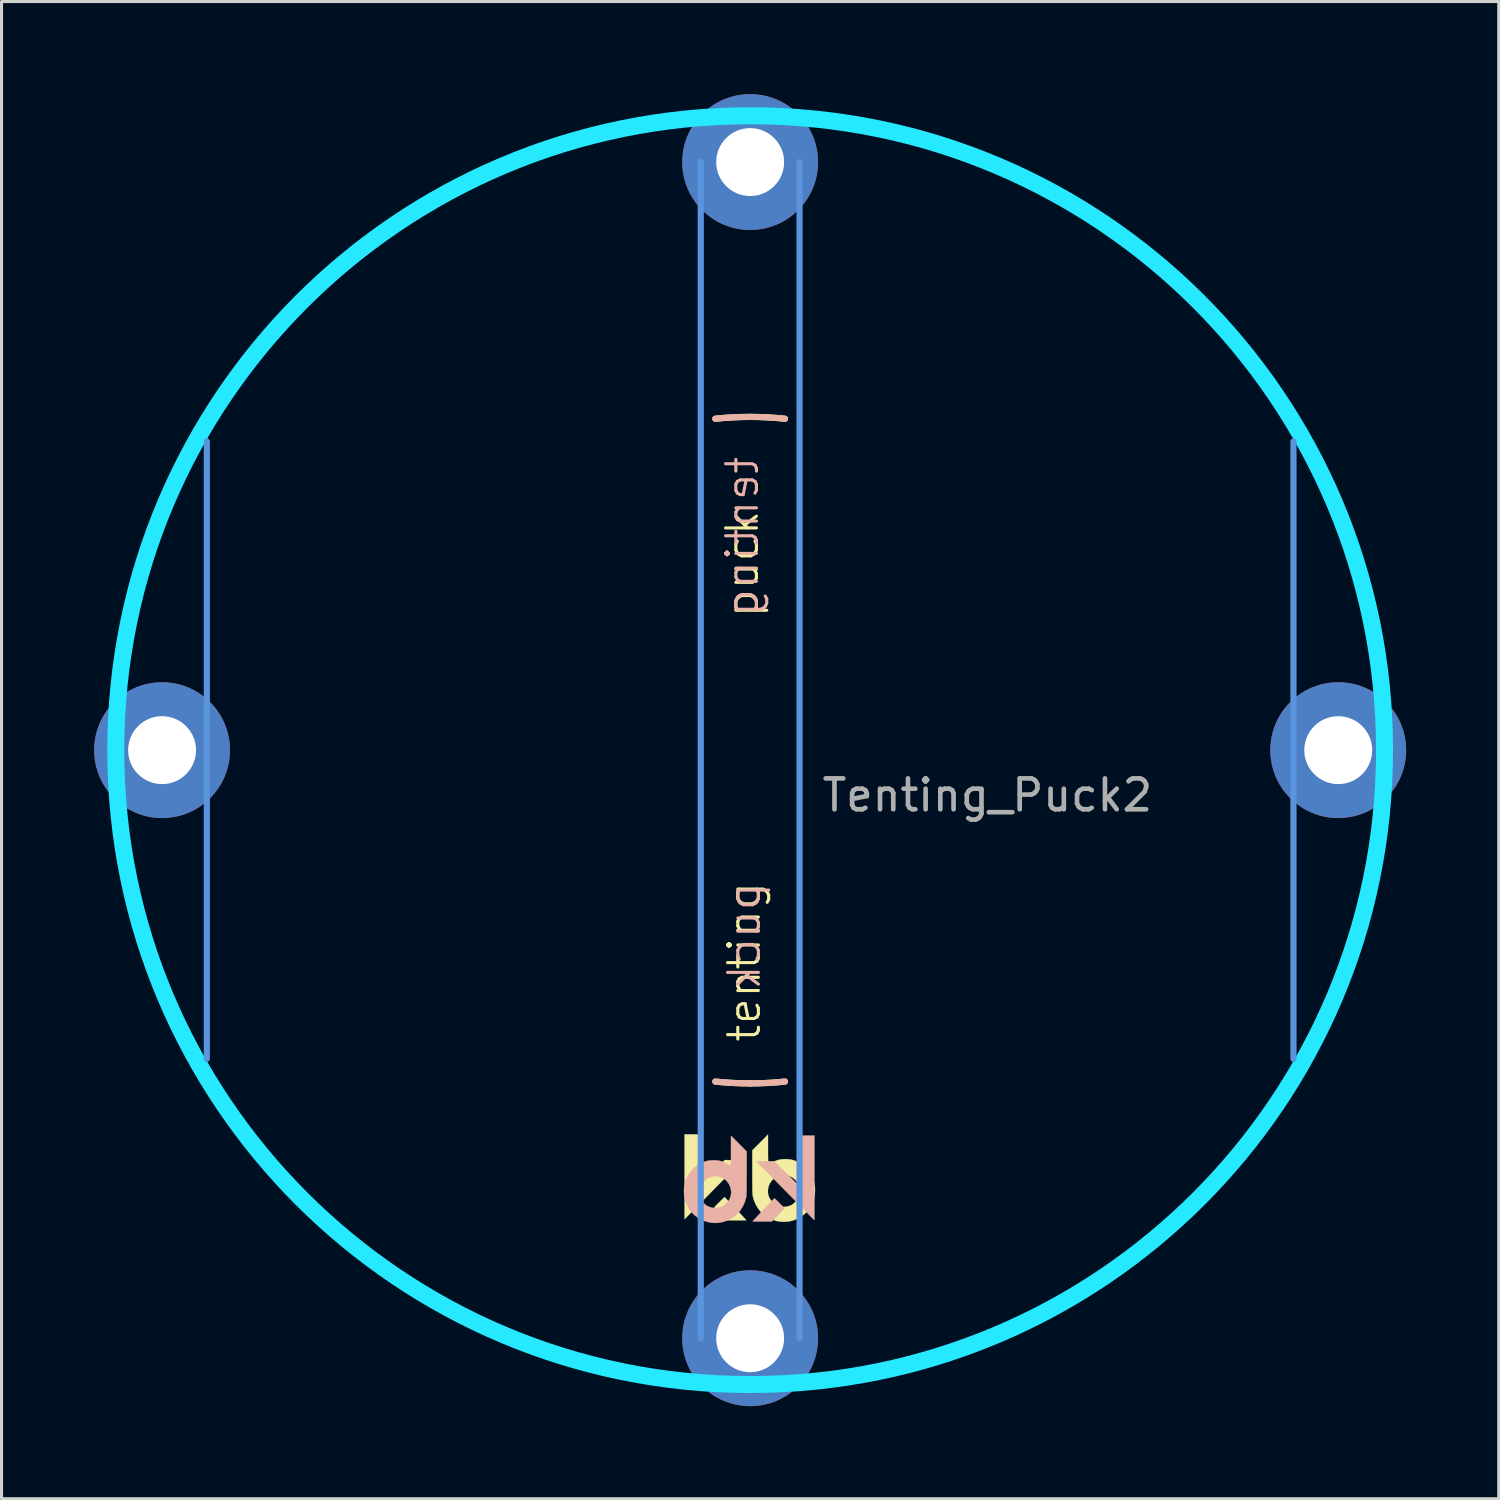
<source format=kicad_pcb>
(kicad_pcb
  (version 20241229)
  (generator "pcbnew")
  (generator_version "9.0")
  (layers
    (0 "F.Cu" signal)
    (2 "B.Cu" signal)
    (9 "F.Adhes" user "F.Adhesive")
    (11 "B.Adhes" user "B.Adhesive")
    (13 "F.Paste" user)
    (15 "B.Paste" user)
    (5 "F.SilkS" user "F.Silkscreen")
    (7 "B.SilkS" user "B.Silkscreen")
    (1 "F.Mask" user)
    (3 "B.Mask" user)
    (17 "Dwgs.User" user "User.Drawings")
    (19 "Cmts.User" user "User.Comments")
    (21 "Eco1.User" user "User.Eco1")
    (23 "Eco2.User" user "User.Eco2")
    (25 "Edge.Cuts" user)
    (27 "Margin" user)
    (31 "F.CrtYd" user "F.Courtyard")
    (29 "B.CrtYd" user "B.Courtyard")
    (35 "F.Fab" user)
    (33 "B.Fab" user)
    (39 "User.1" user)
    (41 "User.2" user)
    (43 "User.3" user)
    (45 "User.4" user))
  (footprint "Tenting_Puck2"
    (layer "F.Cu")
    (at 21.25 21.25)
    (property "Reference" "Tenting_Puck2" (at 7.684 1.46 0) (layer "F.Fab") (effects (font (size 1 1) (thickness 0.15))))
    (attr through_hole exclude_from_pos_files exclude_from_bom allow_missing_courtyard)
    (fp_arc (start -20.32 -2.8575) (mid -19.91151 -4.959786) (end -19.286134 -7.008048) (stroke (width 0.2) (type solid)) (layer "F.SilkS"))
    (fp_arc (start -19.286134 7.008047) (mid -19.91151 4.959786) (end -20.32 2.8575) (stroke (width 0.2) (type solid)) (layer "F.SilkS"))
    (fp_arc (start -7.008048 -19.286134) (mid -4.959786 -19.91151) (end -2.8575 -20.32) (stroke (width 0.2) (type solid)) (layer "F.SilkS"))
    (fp_arc (start -2.8575 20.32) (mid -4.959785 19.91151) (end -7.008046 19.286135) (stroke (width 0.2) (type solid)) (layer "F.SilkS"))
    (fp_arc (start -1.128385 -10.735864) (mid -0.564967 -10.780206) (end 0 -10.795) (stroke (width 0.2) (type solid)) (layer "F.SilkS"))
    (fp_arc (start 0 -10.795) (mid 0.564967 -10.780206) (end 1.128385 -10.735864) (stroke (width 0.2) (type solid)) (layer "F.SilkS"))
    (fp_arc (start 0 10.795) (mid -0.564967 10.780206) (end -1.128385 10.735864) (stroke (width 0.2) (type solid)) (layer "F.SilkS"))
    (fp_arc (start 1.128385 10.735864) (mid 0.564967 10.780206) (end 0 10.795) (stroke (width 0.2) (type solid)) (layer "F.SilkS"))
    (fp_arc (start 2.8575 -20.32) (mid 4.959786 -19.91151) (end 7.008047 -19.286134) (stroke (width 0.2) (type solid)) (layer "F.SilkS"))
    (fp_arc (start 7.008047 19.286134) (mid 4.959786 19.91151) (end 2.8575 20.32) (stroke (width 0.2) (type solid)) (layer "F.SilkS"))
    (fp_arc (start 19.286135 -7.008045) (mid 19.91151 -4.959785) (end 20.32 -2.8575) (stroke (width 0.2) (type solid)) (layer "F.SilkS"))
    (fp_arc (start 20.32 2.8575) (mid 19.91151 4.959785) (end 19.286135 7.008046) (stroke (width 0.2) (type solid)) (layer "F.SilkS"))
    (fp_poly (pts (xy -1.627 14.082) (xy -0.824 13.279) (xy -0.535 13.282) (xy -0.247 13.285) (xy -1.094 14.145) (xy -1.212 14.265) (xy -1.327 14.382) (xy -1.437 14.494) (xy -1.542 14.6) (xy -1.64 14.7) (xy -1.731 14.791) (xy -1.811 14.874) (xy -1.882 14.945) (xy -1.941 15.005) (xy -1.987 15.052) (xy -2.019 15.084) (xy -2.032 15.098) (xy -2.123 15.19) (xy -2.123 12.448) (xy -1.627 12.448) (xy -1.627 14.082)) (stroke (width 0.01) (type solid)) (fill yes) (layer "F.SilkS"))
    (fp_poly (pts (xy -0.82 14.488) (xy -0.797 14.511) (xy -0.763 14.547) (xy -0.719 14.593) (xy -0.666 14.647) (xy -0.609 14.708) (xy -0.547 14.773) (xy -0.483 14.841) (xy -0.42 14.908) (xy -0.359 14.973) (xy -0.302 15.034) (xy -0.251 15.089) (xy -0.208 15.135) (xy -0.175 15.171) (xy -0.154 15.194) (xy -0.152 15.197) (xy -0.124 15.231) (xy -0.744 15.231) (xy -0.917 15.055) (xy -0.971 15) (xy -1.021 14.948) (xy -1.065 14.903) (xy -1.099 14.868) (xy -1.121 14.844) (xy -1.124 14.841) (xy -1.158 14.803) (xy -0.997 14.642) (xy -0.948 14.592) (xy -0.903 14.549) (xy -0.867 14.514) (xy -0.842 14.491) (xy -0.829 14.48) (xy -0.829 14.48) (xy -0.82 14.488)) (stroke (width 0.01) (type solid)) (fill yes) (layer "F.SilkS"))
    (fp_poly (pts (xy 0.578 12.948) (xy 0.578 13.052) (xy 0.579 13.149) (xy 0.58 13.236) (xy 0.581 13.31) (xy 0.582 13.37) (xy 0.583 13.413) (xy 0.585 13.437) (xy 0.586 13.441) (xy 0.598 13.435) (xy 0.623 13.419) (xy 0.647 13.401) (xy 0.762 13.331) (xy 0.884 13.282) (xy 1.014 13.254) (xy 1.153 13.247) (xy 1.171 13.248) (xy 1.261 13.255) (xy 1.337 13.267) (xy 1.409 13.286) (xy 1.484 13.315) (xy 1.554 13.348) (xy 1.682 13.423) (xy 1.795 13.515) (xy 1.892 13.622) (xy 1.972 13.743) (xy 2.033 13.874) (xy 2.076 14.016) (xy 2.099 14.167) (xy 2.102 14.256) (xy 2.092 14.409) (xy 2.061 14.553) (xy 2.008 14.693) (xy 1.95 14.8) (xy 1.865 14.92) (xy 1.763 15.025) (xy 1.648 15.113) (xy 1.521 15.184) (xy 1.385 15.236) (xy 1.241 15.268) (xy 1.093 15.279) (xy 0.993 15.275) (xy 0.848 15.25) (xy 0.707 15.204) (xy 0.574 15.138) (xy 0.452 15.054) (xy 0.343 14.954) (xy 0.335 14.944) (xy 0.254 14.84) (xy 0.184 14.722) (xy 0.129 14.596) (xy 0.092 14.469) (xy 0.083 14.423) (xy 0.08 14.394) (xy 0.078 14.344) (xy 0.076 14.294) (xy 0.573 14.294) (xy 0.583 14.391) (xy 0.614 14.485) (xy 0.642 14.539) (xy 0.709 14.628) (xy 0.789 14.699) (xy 0.878 14.751) (xy 0.975 14.784) (xy 1.076 14.797) (xy 1.18 14.789) (xy 1.253 14.769) (xy 1.296 14.753) (xy 1.337 14.736) (xy 1.353 14.728) (xy 1.398 14.697) (xy 1.448 14.651) (xy 1.496 14.595) (xy 1.537 14.537) (xy 1.559 14.498) (xy 1.579 14.454) (xy 1.591 14.415) (xy 1.599 14.373) (xy 1.603 14.318) (xy 1.603 14.313) (xy 1.6 14.205) (xy 1.577 14.107) (xy 1.534 14.014) (xy 1.516 13.985) (xy 1.451 13.908) (xy 1.372 13.845) (xy 1.283 13.8) (xy 1.186 13.772) (xy 1.085 13.763) (xy 0.984 13.773) (xy 0.885 13.803) (xy 0.871 13.81) (xy 0.783 13.863) (xy 0.709 13.931) (xy 0.65 14.011) (xy 0.607 14.101) (xy 0.581 14.196) (xy 0.573 14.294) (xy 0.076 14.294) (xy 0.076 14.274) (xy 0.074 14.185) (xy 0.072 14.078) (xy 0.071 13.955) (xy 0.071 13.818) (xy 0.071 13.668) (xy 0.071 13.656) (xy 0.07 12.964) (xy 0.578 12.454) (xy 0.578 12.948)) (stroke (width 0.01) (type solid)) (fill yes) (layer "F.SilkS"))
    (fp_arc (start -20.32 -2.8575) (mid -19.91151 -4.959784) (end -19.286136 -7.008044) (stroke (width 0.2) (type solid)) (layer "B.SilkS"))
    (fp_arc (start -19.286135 7.008046) (mid -19.91151 4.959785) (end -20.32 2.8575) (stroke (width 0.2) (type solid)) (layer "B.SilkS"))
    (fp_arc (start -7.008046 -19.286135) (mid -4.959785 -19.91151) (end -2.8575 -20.32) (stroke (width 0.2) (type solid)) (layer "B.SilkS"))
    (fp_arc (start -2.8575 20.32) (mid -4.959785 19.91151) (end -7.008045 19.286135) (stroke (width 0.2) (type solid)) (layer "B.SilkS"))
    (fp_arc (start -1.128385 -10.735864) (mid -0.564967 -10.780206) (end 0 -10.795) (stroke (width 0.2) (type solid)) (layer "B.SilkS"))
    (fp_arc (start 0 -10.795) (mid 0.564967 -10.780206) (end 1.128385 -10.735864) (stroke (width 0.2) (type solid)) (layer "B.SilkS"))
    (fp_arc (start 0 10.795) (mid -0.564967 10.780206) (end -1.128385 10.735864) (stroke (width 0.2) (type solid)) (layer "B.SilkS"))
    (fp_arc (start 1.128385 10.735864) (mid 0.564967 10.780206) (end 0 10.795) (stroke (width 0.2) (type solid)) (layer "B.SilkS"))
    (fp_arc (start 2.8575 -20.32) (mid 4.959787 -19.91151) (end 7.008049 -19.286134) (stroke (width 0.2) (type solid)) (layer "B.SilkS"))
    (fp_arc (start 7.008045 19.286135) (mid 4.959785 19.91151) (end 2.8575 20.32) (stroke (width 0.2) (type solid)) (layer "B.SilkS"))
    (fp_arc (start 19.286134 -7.008048) (mid 19.91151 -4.959786) (end 20.32 -2.8575) (stroke (width 0.2) (type solid)) (layer "B.SilkS"))
    (fp_arc (start 20.32 2.8575) (mid 19.91151 4.959786) (end 19.286134 7.008048) (stroke (width 0.2) (type solid)) (layer "B.SilkS"))
    (fp_poly (pts (xy 1.584 14.118) (xy 0.782 13.315) (xy 0.493 13.318) (xy 0.205 13.322) (xy 1.052 14.182) (xy 1.17 14.301) (xy 1.285 14.418) (xy 1.395 14.53) (xy 1.5 14.637) (xy 1.598 14.736) (xy 1.688 14.828) (xy 1.769 14.91) (xy 1.84 14.981) (xy 1.899 15.041) (xy 1.944 15.088) (xy 1.976 15.12) (xy 1.99 15.134) (xy 2.081 15.226) (xy 2.081 12.484) (xy 1.584 12.484) (xy 1.584 14.118)) (stroke (width 0.01) (type solid)) (fill yes) (layer "B.SilkS"))
    (fp_poly (pts (xy 0.778 14.525) (xy 0.755 14.547) (xy 0.721 14.583) (xy 0.676 14.629) (xy 0.624 14.684) (xy 0.566 14.745) (xy 0.505 14.81) (xy 0.441 14.877) (xy 0.378 14.944) (xy 0.316 15.009) (xy 0.259 15.07) (xy 0.208 15.125) (xy 0.166 15.172) (xy 0.133 15.207) (xy 0.112 15.231) (xy 0.11 15.233) (xy 0.082 15.267) (xy 0.702 15.267) (xy 0.875 15.091) (xy 0.929 15.036) (xy 0.979 14.985) (xy 1.023 14.939) (xy 1.057 14.904) (xy 1.079 14.88) (xy 1.082 14.877) (xy 1.116 14.839) (xy 0.955 14.678) (xy 0.905 14.628) (xy 0.861 14.585) (xy 0.825 14.55) (xy 0.799 14.527) (xy 0.787 14.517) (xy 0.787 14.516) (xy 0.778 14.525)) (stroke (width 0.01) (type solid)) (fill yes) (layer "B.SilkS"))
    (fp_poly (pts (xy -0.621 12.984) (xy -0.621 13.088) (xy -0.621 13.185) (xy -0.622 13.272) (xy -0.623 13.346) (xy -0.624 13.406) (xy -0.625 13.45) (xy -0.627 13.473) (xy -0.628 13.477) (xy -0.64 13.471) (xy -0.665 13.455) (xy -0.689 13.438) (xy -0.804 13.367) (xy -0.926 13.318) (xy -1.057 13.29) (xy -1.196 13.284) (xy -1.214 13.284) (xy -1.303 13.291) (xy -1.38 13.303) (xy -1.451 13.322) (xy -1.526 13.351) (xy -1.596 13.384) (xy -1.724 13.459) (xy -1.837 13.551) (xy -1.934 13.658) (xy -2.014 13.779) (xy -2.076 13.911) (xy -2.118 14.053) (xy -2.141 14.203) (xy -2.145 14.293) (xy -2.134 14.445) (xy -2.103 14.59) (xy -2.05 14.729) (xy -1.993 14.836) (xy -1.907 14.956) (xy -1.805 15.061) (xy -1.69 15.149) (xy -1.563 15.22) (xy -1.427 15.272) (xy -1.283 15.304) (xy -1.135 15.316) (xy -1.035 15.311) (xy -0.89 15.286) (xy -0.75 15.24) (xy -0.616 15.174) (xy -0.494 15.09) (xy -0.386 14.99) (xy -0.377 14.981) (xy -0.296 14.876) (xy -0.226 14.758) (xy -0.171 14.632) (xy -0.134 14.505) (xy -0.125 14.459) (xy -0.122 14.43) (xy -0.12 14.38) (xy -0.118 14.33) (xy -0.615 14.33) (xy -0.625 14.428) (xy -0.656 14.522) (xy -0.684 14.576) (xy -0.751 14.664) (xy -0.831 14.735) (xy -0.92 14.787) (xy -1.017 14.82) (xy -1.119 14.833) (xy -1.222 14.825) (xy -1.295 14.805) (xy -1.338 14.789) (xy -1.379 14.772) (xy -1.395 14.764) (xy -1.441 14.733) (xy -1.49 14.687) (xy -1.538 14.632) (xy -1.579 14.573) (xy -1.601 14.534) (xy -1.621 14.49) (xy -1.634 14.452) (xy -1.641 14.409) (xy -1.645 14.354) (xy -1.646 14.349) (xy -1.642 14.241) (xy -1.619 14.144) (xy -1.576 14.05) (xy -1.558 14.022) (xy -1.493 13.944) (xy -1.415 13.882) (xy -1.325 13.836) (xy -1.228 13.808) (xy -1.127 13.799) (xy -1.026 13.809) (xy -0.927 13.84) (xy -0.913 13.846) (xy -0.825 13.899) (xy -0.751 13.967) (xy -0.692 14.047) (xy -0.649 14.137) (xy -0.623 14.232) (xy -0.615 14.33) (xy -0.118 14.33) (xy -0.118 14.31) (xy -0.116 14.221) (xy -0.115 14.114) (xy -0.114 13.991) (xy -0.113 13.854) (xy -0.113 13.704) (xy -0.113 13.692) (xy -0.113 13) (xy -0.62 12.49) (xy -0.621 12.984)) (stroke (width 0.01) (type solid)) (fill yes) (layer "B.SilkS"))
    (fp_line (start -17.6 10) (end -17.6 -10) (stroke (width 0.2) (type solid)) (layer "Cmts.User"))
    (fp_line (start -1.6 19.05) (end -1.6 -19.05) (stroke (width 0.2) (type solid)) (layer "Cmts.User"))
    (fp_line (start 1.6 19.05) (end 1.6 -19.05) (stroke (width 0.2) (type solid)) (layer "Cmts.User"))
    (fp_line (start 17.6 10) (end 17.6 -10) (stroke (width 0.2) (type solid)) (layer "Cmts.User"))
    (fp_circle (center 0 0) (end 20.55 0) (stroke (width 0.55) (type solid)) (fill no) (layer "B.CrtYd"))
    (fp_text user "puck" (at -0.254 -6.032 90) (layer "F.SilkS") (effects (font (size 1 1) (thickness 0.1))))
    (fp_text user "tenting" (at -0.191 6.858 90) (layer "F.SilkS") (effects (font (size 1 1) (thickness 0.1))))
    (fp_text user "tenting" (at -0.254 -6.921 90) (layer "B.SilkS") (effects (font (size 1 1) (thickness 0.1)) (justify mirror)))
    (fp_text user "puck" (at -0.191 6.032 90) (unlocked yes) (layer "B.SilkS") (effects (font (size 1 1) (thickness 0.1)) (justify mirror)))
    (pad "MP" thru_hole circle (at -19.05 0) (size 4.4 4.4) (drill 2.2) (layers "*.Cu" "*.Mask"))
    (pad "MP" thru_hole circle (at 0 -19.05) (size 4.4 4.4) (drill 2.2) (layers "*.Cu" "*.Mask"))
    (pad "MP" thru_hole circle (at 0 19.05) (size 4.4 4.4) (drill 2.2) (layers "*.Cu" "*.Mask"))
    (pad "MP" thru_hole circle (at 19.05 0) (size 4.4 4.4) (drill 2.2) (layers "*.Cu" "*.Mask")))
  (gr_rect
    (start -3 -3)
    (end 45.5 45.5)
    (stroke (width 0.1) (type default))
    (fill no)
    (layer "Edge.Cuts")))
</source>
